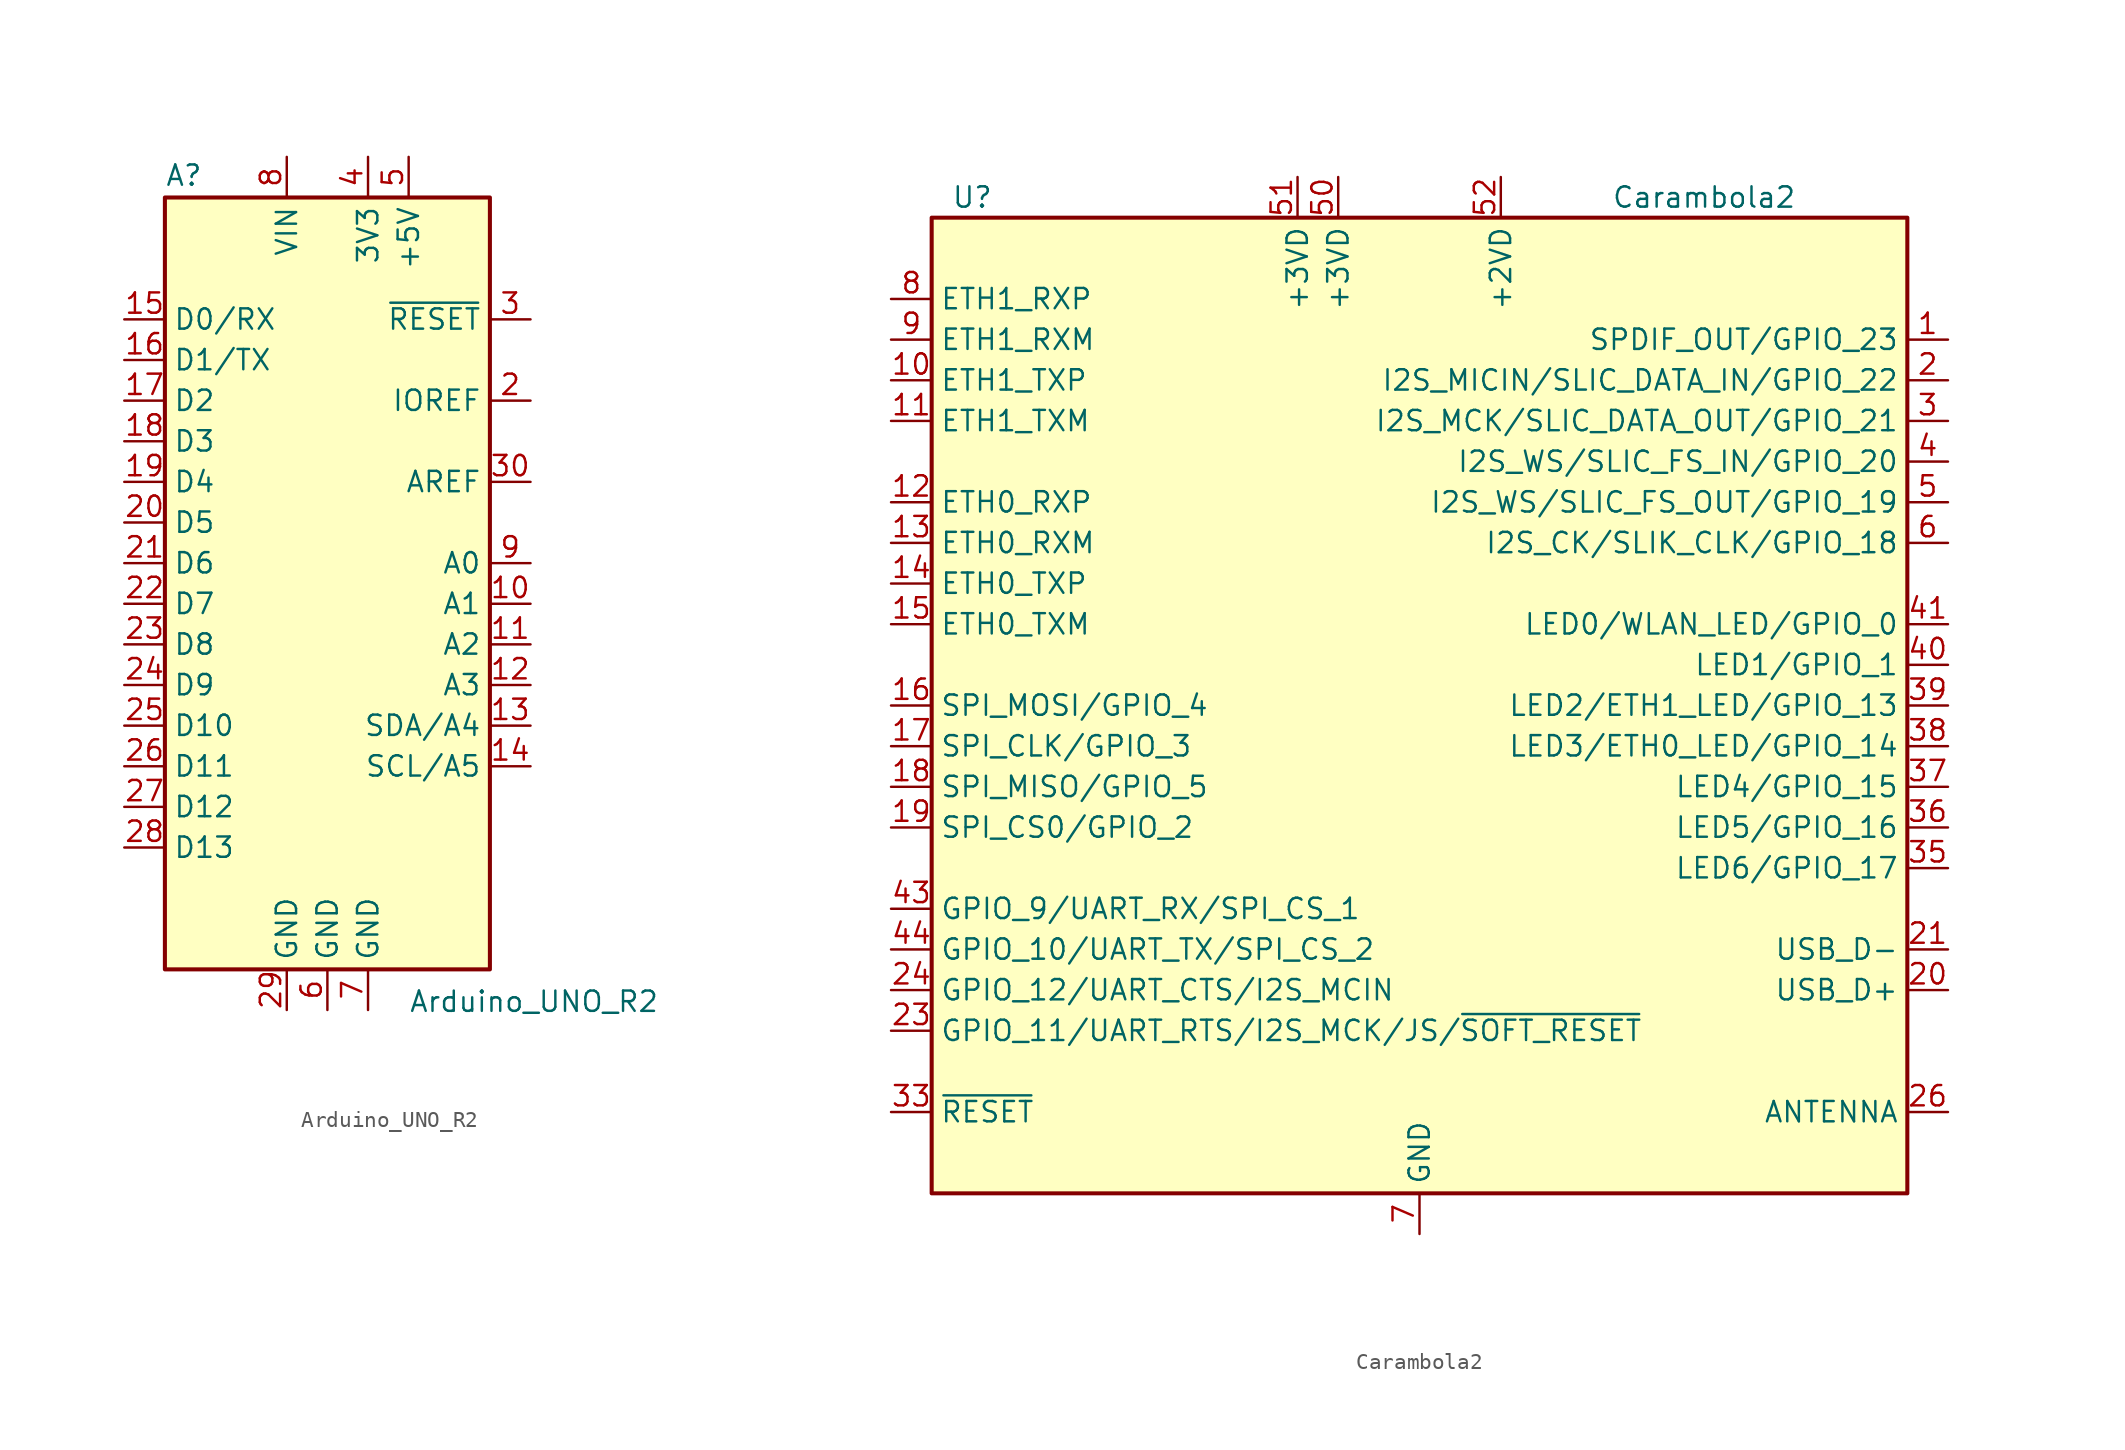
<source format=kicad_sym>
(kicad_symbol_lib
  (version 20231120)
  (generator "kicad_symbol_editor")
  (generator_version "8.0")
  (symbol "Arduino_UNO_R2"
    (property "Reference" "A"
      (at -10.16 23.495 0)
      (effects (font (size 1.27 1.27)) (justify left bottom)))
    (property "Value" "Arduino_UNO_R2"
      (at 5.08 -26.67 0)
      (effects (font (size 1.27 1.27)) (justify left top)))
    (symbol "Arduino_UNO_R2_0_1"
      (rectangle (start -10.16 22.86) (end 10.16 -25.4) (stroke (width 0.254) (type default)) (fill (type background))))
    (symbol "Arduino_UNO_R2_1_1"
      (pin no_connect line (at -10.16 -20.32 0) (length 2.54) hide (name "NC" (effects (font (size 1.27 1.27)))) (number "1" (effects (font (size 1.27 1.27)))))
      (pin bidirectional line (at 12.7 -2.54 180) (length 2.54) (name "A1" (effects (font (size 1.27 1.27)))) (number "10" (effects (font (size 1.27 1.27)))))
      (pin bidirectional line (at 12.7 -5.08 180) (length 2.54) (name "A2" (effects (font (size 1.27 1.27)))) (number "11" (effects (font (size 1.27 1.27)))))
      (pin bidirectional line (at 12.7 -7.62 180) (length 2.54) (name "A3" (effects (font (size 1.27 1.27)))) (number "12" (effects (font (size 1.27 1.27)))))
      (pin bidirectional line (at 12.7 -10.16 180) (length 2.54) (name "SDA/A4" (effects (font (size 1.27 1.27)))) (number "13" (effects (font (size 1.27 1.27)))))
      (pin bidirectional line (at 12.7 -12.7 180) (length 2.54) (name "SCL/A5" (effects (font (size 1.27 1.27)))) (number "14" (effects (font (size 1.27 1.27)))))
      (pin bidirectional line (at -12.7 15.24 0) (length 2.54) (name "D0/RX" (effects (font (size 1.27 1.27)))) (number "15" (effects (font (size 1.27 1.27)))))
      (pin bidirectional line (at -12.7 12.7 0) (length 2.54) (name "D1/TX" (effects (font (size 1.27 1.27)))) (number "16" (effects (font (size 1.27 1.27)))))
      (pin bidirectional line (at -12.7 10.16 0) (length 2.54) (name "D2" (effects (font (size 1.27 1.27)))) (number "17" (effects (font (size 1.27 1.27)))))
      (pin bidirectional line (at -12.7 7.62 0) (length 2.54) (name "D3" (effects (font (size 1.27 1.27)))) (number "18" (effects (font (size 1.27 1.27)))))
      (pin bidirectional line (at -12.7 5.08 0) (length 2.54) (name "D4" (effects (font (size 1.27 1.27)))) (number "19" (effects (font (size 1.27 1.27)))))
      (pin output line (at 12.7 10.16 180) (length 2.54) (name "IOREF" (effects (font (size 1.27 1.27)))) (number "2" (effects (font (size 1.27 1.27)))))
      (pin bidirectional line (at -12.7 2.54 0) (length 2.54) (name "D5" (effects (font (size 1.27 1.27)))) (number "20" (effects (font (size 1.27 1.27)))))
      (pin bidirectional line (at -12.7 0 0) (length 2.54) (name "D6" (effects (font (size 1.27 1.27)))) (number "21" (effects (font (size 1.27 1.27)))))
      (pin bidirectional line (at -12.7 -2.54 0) (length 2.54) (name "D7" (effects (font (size 1.27 1.27)))) (number "22" (effects (font (size 1.27 1.27)))))
      (pin bidirectional line (at -12.7 -5.08 0) (length 2.54) (name "D8" (effects (font (size 1.27 1.27)))) (number "23" (effects (font (size 1.27 1.27)))))
      (pin bidirectional line (at -12.7 -7.62 0) (length 2.54) (name "D9" (effects (font (size 1.27 1.27)))) (number "24" (effects (font (size 1.27 1.27)))))
      (pin bidirectional line (at -12.7 -10.16 0) (length 2.54) (name "D10" (effects (font (size 1.27 1.27)))) (number "25" (effects (font (size 1.27 1.27)))))
      (pin bidirectional line (at -12.7 -12.7 0) (length 2.54) (name "D11" (effects (font (size 1.27 1.27)))) (number "26" (effects (font (size 1.27 1.27)))))
      (pin bidirectional line (at -12.7 -15.24 0) (length 2.54) (name "D12" (effects (font (size 1.27 1.27)))) (number "27" (effects (font (size 1.27 1.27)))))
      (pin bidirectional line (at -12.7 -17.78 0) (length 2.54) (name "D13" (effects (font (size 1.27 1.27)))) (number "28" (effects (font (size 1.27 1.27)))))
      (pin power_in line (at -2.54 -27.94 90) (length 2.54) (name "GND" (effects (font (size 1.27 1.27)))) (number "29" (effects (font (size 1.27 1.27)))))
      (pin input line (at 12.7 15.24 180) (length 2.54) (name "~{RESET}" (effects (font (size 1.27 1.27)))) (number "3" (effects (font (size 1.27 1.27)))))
      (pin input line (at 12.7 5.08 180) (length 2.54) (name "AREF" (effects (font (size 1.27 1.27)))) (number "30" (effects (font (size 1.27 1.27)))))
      (pin power_out line (at 2.54 25.4 270) (length 2.54) (name "3V3" (effects (font (size 1.27 1.27)))) (number "4" (effects (font (size 1.27 1.27)))))
      (pin power_out line (at 5.08 25.4 270) (length 2.54) (name "+5V" (effects (font (size 1.27 1.27)))) (number "5" (effects (font (size 1.27 1.27)))))
      (pin power_in line (at 0 -27.94 90) (length 2.54) (name "GND" (effects (font (size 1.27 1.27)))) (number "6" (effects (font (size 1.27 1.27)))))
      (pin power_in line (at 2.54 -27.94 90) (length 2.54) (name "GND" (effects (font (size 1.27 1.27)))) (number "7" (effects (font (size 1.27 1.27)))))
      (pin power_in line (at -2.54 25.4 270) (length 2.54) (name "VIN" (effects (font (size 1.27 1.27)))) (number "8" (effects (font (size 1.27 1.27)))))
      (pin bidirectional line (at 12.7 0 180) (length 2.54) (name "A0" (effects (font (size 1.27 1.27)))) (number "9" (effects (font (size 1.27 1.27)))))))
  (symbol "Carambola2"
    (property "Reference" "U"
      (at -27.94 31.75 0)
      (effects (font (size 1.27 1.27))))
    (property "Value" "Carambola2"
      (at 17.78 31.75 0)
      (effects (font (size 1.27 1.27))))
    (symbol "Carambola2_0_1"
      (rectangle (start -30.48 30.48) (end 30.48 -30.48) (stroke (width 0.254) (type default)) (fill (type background))))
    (symbol "Carambola2_1_1"
      (pin bidirectional line (at 33.02 22.86 180) (length 2.54) (name "SPDIF_OUT/GPIO_23" (effects (font (size 1.27 1.27)))) (number "1" (effects (font (size 1.27 1.27)))))
      (pin output line (at -33.02 20.32 0) (length 2.54) (name "ETH1_TXP" (effects (font (size 1.27 1.27)))) (number "10" (effects (font (size 1.27 1.27)))))
      (pin output line (at -33.02 17.78 0) (length 2.54) (name "ETH1_TXM" (effects (font (size 1.27 1.27)))) (number "11" (effects (font (size 1.27 1.27)))))
      (pin input line (at -33.02 12.7 0) (length 2.54) (name "ETH0_RXP" (effects (font (size 1.27 1.27)))) (number "12" (effects (font (size 1.27 1.27)))))
      (pin input line (at -33.02 10.16 0) (length 2.54) (name "ETH0_RXM" (effects (font (size 1.27 1.27)))) (number "13" (effects (font (size 1.27 1.27)))))
      (pin output line (at -33.02 7.62 0) (length 2.54) (name "ETH0_TXP" (effects (font (size 1.27 1.27)))) (number "14" (effects (font (size 1.27 1.27)))))
      (pin output line (at -33.02 5.08 0) (length 2.54) (name "ETH0_TXM" (effects (font (size 1.27 1.27)))) (number "15" (effects (font (size 1.27 1.27)))))
      (pin bidirectional line (at -33.02 0 0) (length 2.54) (name "SPI_MOSI/GPIO_4" (effects (font (size 1.27 1.27)))) (number "16" (effects (font (size 1.27 1.27)))))
      (pin bidirectional line (at -33.02 -2.54 0) (length 2.54) (name "SPI_CLK/GPIO_3" (effects (font (size 1.27 1.27)))) (number "17" (effects (font (size 1.27 1.27)))))
      (pin bidirectional line (at -33.02 -5.08 0) (length 2.54) (name "SPI_MISO/GPIO_5" (effects (font (size 1.27 1.27)))) (number "18" (effects (font (size 1.27 1.27)))))
      (pin bidirectional line (at -33.02 -7.62 0) (length 2.54) (name "SPI_CS0/GPIO_2" (effects (font (size 1.27 1.27)))) (number "19" (effects (font (size 1.27 1.27)))))
      (pin bidirectional line (at 33.02 20.32 180) (length 2.54) (name "I2S_MICIN/SLIC_DATA_IN/GPIO_22" (effects (font (size 1.27 1.27)))) (number "2" (effects (font (size 1.27 1.27)))))
      (pin bidirectional line (at 33.02 -17.78 180) (length 2.54) (name "USB_D+" (effects (font (size 1.27 1.27)))) (number "20" (effects (font (size 1.27 1.27)))))
      (pin bidirectional line (at 33.02 -15.24 180) (length 2.54) (name "USB_D-" (effects (font (size 1.27 1.27)))) (number "21" (effects (font (size 1.27 1.27)))))
      (pin passive line (at 0 -33.02 90) (length 2.54) hide (name "GND" (effects (font (size 1.27 1.27)))) (number "22" (effects (font (size 1.27 1.27)))))
      (pin output line (at -33.02 -20.32 0) (length 2.54) (name "GPIO_11/UART_RTS/I2S_MCK/JS/~{SOFT_RESET}" (effects (font (size 1.27 1.27)))) (number "23" (effects (font (size 1.27 1.27)))))
      (pin input line (at -33.02 -17.78 0) (length 2.54) (name "GPIO_12/UART_CTS/I2S_MCIN" (effects (font (size 1.27 1.27)))) (number "24" (effects (font (size 1.27 1.27)))))
      (pin passive line (at 0 -33.02 90) (length 2.54) hide (name "GND" (effects (font (size 1.27 1.27)))) (number "25" (effects (font (size 1.27 1.27)))))
      (pin passive line (at 33.02 -25.4 180) (length 2.54) (name "ANTENNA" (effects (font (size 1.27 1.27)))) (number "26" (effects (font (size 1.27 1.27)))))
      (pin passive line (at 0 -33.02 90) (length 2.54) hide (name "GND" (effects (font (size 1.27 1.27)))) (number "27" (effects (font (size 1.27 1.27)))))
      (pin passive line (at 0 -33.02 90) (length 2.54) hide (name "GND" (effects (font (size 1.27 1.27)))) (number "28" (effects (font (size 1.27 1.27)))))
      (pin passive line (at 0 -33.02 90) (length 2.54) hide (name "GND" (effects (font (size 1.27 1.27)))) (number "29" (effects (font (size 1.27 1.27)))))
      (pin bidirectional line (at 33.02 17.78 180) (length 2.54) (name "I2S_MCK/SLIC_DATA_OUT/GPIO_21" (effects (font (size 1.27 1.27)))) (number "3" (effects (font (size 1.27 1.27)))))
      (pin passive line (at 0 -33.02 90) (length 2.54) hide (name "GND" (effects (font (size 1.27 1.27)))) (number "30" (effects (font (size 1.27 1.27)))))
      (pin passive line (at 0 -33.02 90) (length 2.54) hide (name "GND" (effects (font (size 1.27 1.27)))) (number "31" (effects (font (size 1.27 1.27)))))
      (pin passive line (at 0 -33.02 90) (length 2.54) hide (name "GND" (effects (font (size 1.27 1.27)))) (number "32" (effects (font (size 1.27 1.27)))))
      (pin input line (at -33.02 -25.4 0) (length 2.54) (name "~{RESET}" (effects (font (size 1.27 1.27)))) (number "33" (effects (font (size 1.27 1.27)))))
      (pin passive line (at 0 -33.02 90) (length 2.54) hide (name "GND" (effects (font (size 1.27 1.27)))) (number "34" (effects (font (size 1.27 1.27)))))
      (pin bidirectional line (at 33.02 -10.16 180) (length 2.54) (name "LED6/GPIO_17" (effects (font (size 1.27 1.27)))) (number "35" (effects (font (size 1.27 1.27)))))
      (pin bidirectional line (at 33.02 -7.62 180) (length 2.54) (name "LED5/GPIO_16" (effects (font (size 1.27 1.27)))) (number "36" (effects (font (size 1.27 1.27)))))
      (pin bidirectional line (at 33.02 -5.08 180) (length 2.54) (name "LED4/GPIO_15" (effects (font (size 1.27 1.27)))) (number "37" (effects (font (size 1.27 1.27)))))
      (pin bidirectional line (at 33.02 -2.54 180) (length 2.54) (name "LED3/ETH0_LED/GPIO_14" (effects (font (size 1.27 1.27)))) (number "38" (effects (font (size 1.27 1.27)))))
      (pin bidirectional line (at 33.02 0 180) (length 2.54) (name "LED2/ETH1_LED/GPIO_13" (effects (font (size 1.27 1.27)))) (number "39" (effects (font (size 1.27 1.27)))))
      (pin bidirectional line (at 33.02 15.24 180) (length 2.54) (name "I2S_WS/SLIC_FS_IN/GPIO_20" (effects (font (size 1.27 1.27)))) (number "4" (effects (font (size 1.27 1.27)))))
      (pin bidirectional line (at 33.02 2.54 180) (length 2.54) (name "LED1/GPIO_1" (effects (font (size 1.27 1.27)))) (number "40" (effects (font (size 1.27 1.27)))))
      (pin bidirectional line (at 33.02 5.08 180) (length 2.54) (name "LED0/WLAN_LED/GPIO_0" (effects (font (size 1.27 1.27)))) (number "41" (effects (font (size 1.27 1.27)))))
      (pin passive line (at 0 -33.02 90) (length 2.54) hide (name "GND" (effects (font (size 1.27 1.27)))) (number "42" (effects (font (size 1.27 1.27)))))
      (pin bidirectional line (at -33.02 -12.7 0) (length 2.54) (name "GPIO_9/UART_RX/SPI_CS_1" (effects (font (size 1.27 1.27)))) (number "43" (effects (font (size 1.27 1.27)))))
      (pin bidirectional line (at -33.02 -15.24 0) (length 2.54) (name "GPIO_10/UART_TX/SPI_CS_2" (effects (font (size 1.27 1.27)))) (number "44" (effects (font (size 1.27 1.27)))))
      (pin passive line (at 0 -33.02 90) (length 2.54) hide (name "GND" (effects (font (size 1.27 1.27)))) (number "45" (effects (font (size 1.27 1.27)))))
      (pin passive line (at 0 -33.02 90) (length 2.54) hide (name "GND" (effects (font (size 1.27 1.27)))) (number "46" (effects (font (size 1.27 1.27)))))
      (pin passive line (at 0 -33.02 90) (length 2.54) hide (name "GND" (effects (font (size 1.27 1.27)))) (number "47" (effects (font (size 1.27 1.27)))))
      (pin passive line (at 0 -33.02 90) (length 2.54) hide (name "GND" (effects (font (size 1.27 1.27)))) (number "48" (effects (font (size 1.27 1.27)))))
      (pin passive line (at 0 -33.02 90) (length 2.54) hide (name "GND" (effects (font (size 1.27 1.27)))) (number "49" (effects (font (size 1.27 1.27)))))
      (pin bidirectional line (at 33.02 12.7 180) (length 2.54) (name "I2S_WS/SLIC_FS_OUT/GPIO_19" (effects (font (size 1.27 1.27)))) (number "5" (effects (font (size 1.27 1.27)))))
      (pin power_in line (at -5.08 33.02 270) (length 2.54) (name "+3VD" (effects (font (size 1.27 1.27)))) (number "50" (effects (font (size 1.27 1.27)))))
      (pin power_in line (at -7.62 33.02 270) (length 2.54) (name "+3VD" (effects (font (size 1.27 1.27)))) (number "51" (effects (font (size 1.27 1.27)))))
      (pin power_out line (at 5.08 33.02 270) (length 2.54) (name "+2VD" (effects (font (size 1.27 1.27)))) (number "52" (effects (font (size 1.27 1.27)))))
      (pin bidirectional line (at 33.02 10.16 180) (length 2.54) (name "I2S_CK/SLIK_CLK/GPIO_18" (effects (font (size 1.27 1.27)))) (number "6" (effects (font (size 1.27 1.27)))))
      (pin power_in line (at 0 -33.02 90) (length 2.54) (name "GND" (effects (font (size 1.27 1.27)))) (number "7" (effects (font (size 1.27 1.27)))))
      (pin input line (at -33.02 25.4 0) (length 2.54) (name "ETH1_RXP" (effects (font (size 1.27 1.27)))) (number "8" (effects (font (size 1.27 1.27)))))
      (pin input line (at -33.02 22.86 0) (length 2.54) (name "ETH1_RXM" (effects (font (size 1.27 1.27)))) (number "9" (effects (font (size 1.27 1.27))))))))
</source>
